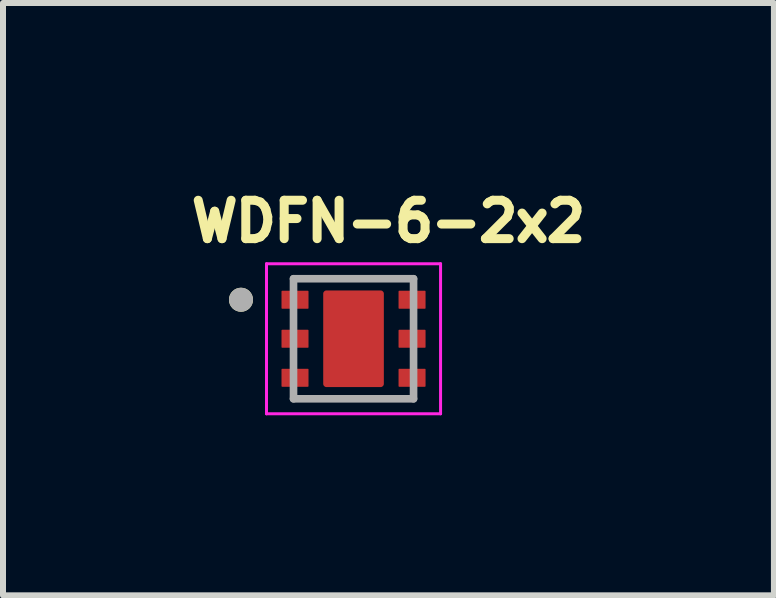
<source format=kicad_pcb>
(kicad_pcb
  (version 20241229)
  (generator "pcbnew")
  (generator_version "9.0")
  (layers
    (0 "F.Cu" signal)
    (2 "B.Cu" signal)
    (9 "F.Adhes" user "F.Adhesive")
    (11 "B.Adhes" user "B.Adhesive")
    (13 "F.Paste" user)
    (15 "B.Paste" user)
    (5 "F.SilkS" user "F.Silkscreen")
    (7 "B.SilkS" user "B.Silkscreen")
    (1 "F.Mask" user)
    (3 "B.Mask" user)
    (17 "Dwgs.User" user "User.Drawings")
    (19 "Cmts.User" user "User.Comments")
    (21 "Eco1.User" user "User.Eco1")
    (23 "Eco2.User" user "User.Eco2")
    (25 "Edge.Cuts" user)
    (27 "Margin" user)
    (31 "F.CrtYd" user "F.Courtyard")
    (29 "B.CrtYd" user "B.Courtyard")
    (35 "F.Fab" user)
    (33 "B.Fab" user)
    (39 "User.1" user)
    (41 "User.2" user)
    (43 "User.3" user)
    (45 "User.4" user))
  (footprint "WDFN-6-2x2"
    (layer "F.Cu")
    (at 2.84 2.594)
    (property "Reference" "WDFN-6-2x2" (at 0.582 -1.956 0) (layer "F.SilkS") (effects (font (size 0.64 0.64) (thickness 0.15))))
    (attr smd)
    (fp_poly (pts (xy -1.22 -0.87) (xy -0.73 -0.87) (xy -0.727 -0.87) (xy -0.725 -0.87) (xy -0.722 -0.869) (xy -0.72 -0.869) (xy -0.717 -0.868) (xy -0.715 -0.868) (xy -0.712 -0.867) (xy -0.71 -0.866) (xy -0.707 -0.865) (xy -0.705 -0.863) (xy -0.703 -0.862) (xy -0.701 -0.86) (xy -0.699 -0.859) (xy -0.697 -0.857) (xy -0.695 -0.855) (xy -0.693 -0.853) (xy -0.691 -0.851) (xy -0.69 -0.849) (xy -0.688 -0.847) (xy -0.687 -0.845) (xy -0.685 -0.843) (xy -0.684 -0.84) (xy -0.683 -0.838) (xy -0.682 -0.835) (xy -0.682 -0.833) (xy -0.681 -0.83) (xy -0.681 -0.828) (xy -0.68 -0.825) (xy -0.68 -0.823) (xy -0.68 -0.82) (xy -0.68 -0.48) (xy -0.68 -0.477) (xy -0.68 -0.475) (xy -0.681 -0.472) (xy -0.681 -0.47) (xy -0.682 -0.467) (xy -0.682 -0.465) (xy -0.683 -0.462) (xy -0.684 -0.46) (xy -0.685 -0.457) (xy -0.687 -0.455) (xy -0.688 -0.453) (xy -0.69 -0.451) (xy -0.691 -0.449) (xy -0.693 -0.447) (xy -0.695 -0.445) (xy -0.697 -0.443) (xy -0.699 -0.441) (xy -0.701 -0.44) (xy -0.703 -0.438) (xy -0.705 -0.437) (xy -0.707 -0.435) (xy -0.71 -0.434) (xy -0.712 -0.433) (xy -0.715 -0.432) (xy -0.717 -0.432) (xy -0.72 -0.431) (xy -0.722 -0.431) (xy -0.725 -0.43) (xy -0.727 -0.43) (xy -0.73 -0.43) (xy -1.22 -0.43) (xy -1.223 -0.43) (xy -1.225 -0.43) (xy -1.228 -0.431) (xy -1.23 -0.431) (xy -1.233 -0.432) (xy -1.235 -0.432) (xy -1.238 -0.433) (xy -1.24 -0.434) (xy -1.243 -0.435) (xy -1.245 -0.437) (xy -1.247 -0.438) (xy -1.249 -0.44) (xy -1.251 -0.441) (xy -1.253 -0.443) (xy -1.255 -0.445) (xy -1.257 -0.447) (xy -1.259 -0.449) (xy -1.26 -0.451) (xy -1.262 -0.453) (xy -1.263 -0.455) (xy -1.265 -0.457) (xy -1.266 -0.46) (xy -1.267 -0.462) (xy -1.268 -0.465) (xy -1.268 -0.467) (xy -1.269 -0.47) (xy -1.269 -0.472) (xy -1.27 -0.475) (xy -1.27 -0.477) (xy -1.27 -0.48) (xy -1.27 -0.82) (xy -1.27 -0.823) (xy -1.27 -0.825) (xy -1.269 -0.828) (xy -1.269 -0.83) (xy -1.268 -0.833) (xy -1.268 -0.835) (xy -1.267 -0.838) (xy -1.266 -0.84) (xy -1.265 -0.843) (xy -1.263 -0.845) (xy -1.262 -0.847) (xy -1.26 -0.849) (xy -1.259 -0.851) (xy -1.257 -0.853) (xy -1.255 -0.855) (xy -1.253 -0.857) (xy -1.251 -0.859) (xy -1.249 -0.86) (xy -1.247 -0.862) (xy -1.245 -0.863) (xy -1.243 -0.865) (xy -1.24 -0.866) (xy -1.238 -0.867) (xy -1.235 -0.868) (xy -1.233 -0.868) (xy -1.23 -0.869) (xy -1.228 -0.869) (xy -1.225 -0.87) (xy -1.223 -0.87) (xy -1.22 -0.87)) (stroke (width 0.01) (type solid)) (fill yes) (layer "F.Mask"))
    (fp_poly (pts (xy -1.22 -0.22) (xy -0.73 -0.22) (xy -0.727 -0.22) (xy -0.725 -0.22) (xy -0.722 -0.219) (xy -0.72 -0.219) (xy -0.717 -0.218) (xy -0.715 -0.218) (xy -0.712 -0.217) (xy -0.71 -0.216) (xy -0.707 -0.215) (xy -0.705 -0.213) (xy -0.703 -0.212) (xy -0.701 -0.21) (xy -0.699 -0.209) (xy -0.697 -0.207) (xy -0.695 -0.205) (xy -0.693 -0.203) (xy -0.691 -0.201) (xy -0.69 -0.199) (xy -0.688 -0.197) (xy -0.687 -0.195) (xy -0.685 -0.193) (xy -0.684 -0.19) (xy -0.683 -0.188) (xy -0.682 -0.185) (xy -0.682 -0.183) (xy -0.681 -0.18) (xy -0.681 -0.178) (xy -0.68 -0.175) (xy -0.68 -0.173) (xy -0.68 -0.17) (xy -0.68 0.17) (xy -0.68 0.173) (xy -0.68 0.175) (xy -0.681 0.178) (xy -0.681 0.18) (xy -0.682 0.183) (xy -0.682 0.185) (xy -0.683 0.188) (xy -0.684 0.19) (xy -0.685 0.193) (xy -0.687 0.195) (xy -0.688 0.197) (xy -0.69 0.199) (xy -0.691 0.201) (xy -0.693 0.203) (xy -0.695 0.205) (xy -0.697 0.207) (xy -0.699 0.209) (xy -0.701 0.21) (xy -0.703 0.212) (xy -0.705 0.213) (xy -0.707 0.215) (xy -0.71 0.216) (xy -0.712 0.217) (xy -0.715 0.218) (xy -0.717 0.218) (xy -0.72 0.219) (xy -0.722 0.219) (xy -0.725 0.22) (xy -0.727 0.22) (xy -0.73 0.22) (xy -1.22 0.22) (xy -1.223 0.22) (xy -1.225 0.22) (xy -1.228 0.219) (xy -1.23 0.219) (xy -1.233 0.218) (xy -1.235 0.218) (xy -1.238 0.217) (xy -1.24 0.216) (xy -1.243 0.215) (xy -1.245 0.213) (xy -1.247 0.212) (xy -1.249 0.21) (xy -1.251 0.209) (xy -1.253 0.207) (xy -1.255 0.205) (xy -1.257 0.203) (xy -1.259 0.201) (xy -1.26 0.199) (xy -1.262 0.197) (xy -1.263 0.195) (xy -1.265 0.193) (xy -1.266 0.19) (xy -1.267 0.188) (xy -1.268 0.185) (xy -1.268 0.183) (xy -1.269 0.18) (xy -1.269 0.178) (xy -1.27 0.175) (xy -1.27 0.173) (xy -1.27 0.17) (xy -1.27 -0.17) (xy -1.27 -0.173) (xy -1.27 -0.175) (xy -1.269 -0.178) (xy -1.269 -0.18) (xy -1.268 -0.183) (xy -1.268 -0.185) (xy -1.267 -0.188) (xy -1.266 -0.19) (xy -1.265 -0.193) (xy -1.263 -0.195) (xy -1.262 -0.197) (xy -1.26 -0.199) (xy -1.259 -0.201) (xy -1.257 -0.203) (xy -1.255 -0.205) (xy -1.253 -0.207) (xy -1.251 -0.209) (xy -1.249 -0.21) (xy -1.247 -0.212) (xy -1.245 -0.213) (xy -1.243 -0.215) (xy -1.24 -0.216) (xy -1.238 -0.217) (xy -1.235 -0.218) (xy -1.233 -0.218) (xy -1.23 -0.219) (xy -1.228 -0.219) (xy -1.225 -0.22) (xy -1.223 -0.22) (xy -1.22 -0.22)) (stroke (width 0.01) (type solid)) (fill yes) (layer "F.Mask"))
    (fp_poly (pts (xy -1.22 0.43) (xy -0.73 0.43) (xy -0.727 0.43) (xy -0.725 0.43) (xy -0.722 0.431) (xy -0.72 0.431) (xy -0.717 0.432) (xy -0.715 0.432) (xy -0.712 0.433) (xy -0.71 0.434) (xy -0.707 0.435) (xy -0.705 0.437) (xy -0.703 0.438) (xy -0.701 0.44) (xy -0.699 0.441) (xy -0.697 0.443) (xy -0.695 0.445) (xy -0.693 0.447) (xy -0.691 0.449) (xy -0.69 0.451) (xy -0.688 0.453) (xy -0.687 0.455) (xy -0.685 0.457) (xy -0.684 0.46) (xy -0.683 0.462) (xy -0.682 0.465) (xy -0.682 0.467) (xy -0.681 0.47) (xy -0.681 0.472) (xy -0.68 0.475) (xy -0.68 0.477) (xy -0.68 0.48) (xy -0.68 0.82) (xy -0.68 0.823) (xy -0.68 0.825) (xy -0.681 0.828) (xy -0.681 0.83) (xy -0.682 0.833) (xy -0.682 0.835) (xy -0.683 0.838) (xy -0.684 0.84) (xy -0.685 0.843) (xy -0.687 0.845) (xy -0.688 0.847) (xy -0.69 0.849) (xy -0.691 0.851) (xy -0.693 0.853) (xy -0.695 0.855) (xy -0.697 0.857) (xy -0.699 0.859) (xy -0.701 0.86) (xy -0.703 0.862) (xy -0.705 0.863) (xy -0.707 0.865) (xy -0.71 0.866) (xy -0.712 0.867) (xy -0.715 0.868) (xy -0.717 0.868) (xy -0.72 0.869) (xy -0.722 0.869) (xy -0.725 0.87) (xy -0.727 0.87) (xy -0.73 0.87) (xy -1.22 0.87) (xy -1.223 0.87) (xy -1.225 0.87) (xy -1.228 0.869) (xy -1.23 0.869) (xy -1.233 0.868) (xy -1.235 0.868) (xy -1.238 0.867) (xy -1.24 0.866) (xy -1.243 0.865) (xy -1.245 0.863) (xy -1.247 0.862) (xy -1.249 0.86) (xy -1.251 0.859) (xy -1.253 0.857) (xy -1.255 0.855) (xy -1.257 0.853) (xy -1.259 0.851) (xy -1.26 0.849) (xy -1.262 0.847) (xy -1.263 0.845) (xy -1.265 0.843) (xy -1.266 0.84) (xy -1.267 0.838) (xy -1.268 0.835) (xy -1.268 0.833) (xy -1.269 0.83) (xy -1.269 0.828) (xy -1.27 0.825) (xy -1.27 0.823) (xy -1.27 0.82) (xy -1.27 0.48) (xy -1.27 0.477) (xy -1.27 0.475) (xy -1.269 0.472) (xy -1.269 0.47) (xy -1.268 0.467) (xy -1.268 0.465) (xy -1.267 0.462) (xy -1.266 0.46) (xy -1.265 0.457) (xy -1.263 0.455) (xy -1.262 0.453) (xy -1.26 0.451) (xy -1.259 0.449) (xy -1.257 0.447) (xy -1.255 0.445) (xy -1.253 0.443) (xy -1.251 0.441) (xy -1.249 0.44) (xy -1.247 0.438) (xy -1.245 0.437) (xy -1.243 0.435) (xy -1.24 0.434) (xy -1.238 0.433) (xy -1.235 0.432) (xy -1.233 0.432) (xy -1.23 0.431) (xy -1.228 0.431) (xy -1.225 0.43) (xy -1.223 0.43) (xy -1.22 0.43)) (stroke (width 0.01) (type solid)) (fill yes) (layer "F.Mask"))
    (fp_poly (pts (xy 0.57 -0.75) (xy 0.57 0.75) (xy 0.57 0.756) (xy 0.569 0.763) (xy 0.569 0.769) (xy 0.567 0.775) (xy 0.566 0.781) (xy 0.564 0.787) (xy 0.562 0.793) (xy 0.56 0.799) (xy 0.557 0.804) (xy 0.554 0.81) (xy 0.551 0.815) (xy 0.547 0.821) (xy 0.543 0.826) (xy 0.539 0.83) (xy 0.535 0.835) (xy 0.53 0.839) (xy 0.526 0.843) (xy 0.521 0.847) (xy 0.515 0.851) (xy 0.51 0.854) (xy 0.504 0.857) (xy 0.499 0.86) (xy 0.493 0.862) (xy 0.487 0.864) (xy 0.481 0.866) (xy 0.475 0.867) (xy 0.469 0.869) (xy 0.463 0.869) (xy 0.456 0.87) (xy 0.45 0.87) (xy -0.45 0.87) (xy -0.456 0.87) (xy -0.463 0.869) (xy -0.469 0.869) (xy -0.475 0.867) (xy -0.481 0.866) (xy -0.487 0.864) (xy -0.493 0.862) (xy -0.499 0.86) (xy -0.504 0.857) (xy -0.51 0.854) (xy -0.515 0.851) (xy -0.521 0.847) (xy -0.526 0.843) (xy -0.53 0.839) (xy -0.535 0.835) (xy -0.539 0.83) (xy -0.543 0.826) (xy -0.547 0.821) (xy -0.551 0.815) (xy -0.554 0.81) (xy -0.557 0.804) (xy -0.56 0.799) (xy -0.562 0.793) (xy -0.564 0.787) (xy -0.566 0.781) (xy -0.567 0.775) (xy -0.569 0.769) (xy -0.569 0.763) (xy -0.57 0.756) (xy -0.57 0.75) (xy -0.57 -0.75) (xy -0.57 -0.756) (xy -0.569 -0.763) (xy -0.569 -0.769) (xy -0.567 -0.775) (xy -0.566 -0.781) (xy -0.564 -0.787) (xy -0.562 -0.793) (xy -0.56 -0.799) (xy -0.557 -0.804) (xy -0.554 -0.81) (xy -0.551 -0.815) (xy -0.547 -0.821) (xy -0.543 -0.826) (xy -0.539 -0.83) (xy -0.535 -0.835) (xy -0.53 -0.839) (xy -0.526 -0.843) (xy -0.521 -0.847) (xy -0.515 -0.851) (xy -0.51 -0.854) (xy -0.504 -0.857) (xy -0.499 -0.86) (xy -0.493 -0.862) (xy -0.487 -0.864) (xy -0.481 -0.866) (xy -0.475 -0.867) (xy -0.469 -0.869) (xy -0.463 -0.869) (xy -0.456 -0.87) (xy -0.45 -0.87) (xy 0.45 -0.87) (xy 0.456 -0.87) (xy 0.463 -0.869) (xy 0.469 -0.869) (xy 0.475 -0.867) (xy 0.481 -0.866) (xy 0.487 -0.864) (xy 0.493 -0.862) (xy 0.499 -0.86) (xy 0.504 -0.857) (xy 0.51 -0.854) (xy 0.515 -0.851) (xy 0.521 -0.847) (xy 0.526 -0.843) (xy 0.53 -0.839) (xy 0.535 -0.835) (xy 0.539 -0.83) (xy 0.543 -0.826) (xy 0.547 -0.821) (xy 0.551 -0.815) (xy 0.554 -0.81) (xy 0.557 -0.804) (xy 0.56 -0.799) (xy 0.562 -0.793) (xy 0.564 -0.787) (xy 0.566 -0.781) (xy 0.567 -0.775) (xy 0.569 -0.769) (xy 0.569 -0.763) (xy 0.57 -0.756) (xy 0.57 -0.75)) (stroke (width 0.01) (type solid)) (fill yes) (layer "F.Mask"))
    (fp_poly (pts (xy 0.73 -0.87) (xy 1.22 -0.87) (xy 1.223 -0.87) (xy 1.225 -0.87) (xy 1.228 -0.869) (xy 1.23 -0.869) (xy 1.233 -0.868) (xy 1.235 -0.868) (xy 1.238 -0.867) (xy 1.24 -0.866) (xy 1.243 -0.865) (xy 1.245 -0.863) (xy 1.247 -0.862) (xy 1.249 -0.86) (xy 1.251 -0.859) (xy 1.253 -0.857) (xy 1.255 -0.855) (xy 1.257 -0.853) (xy 1.259 -0.851) (xy 1.26 -0.849) (xy 1.262 -0.847) (xy 1.263 -0.845) (xy 1.265 -0.843) (xy 1.266 -0.84) (xy 1.267 -0.838) (xy 1.268 -0.835) (xy 1.268 -0.833) (xy 1.269 -0.83) (xy 1.269 -0.828) (xy 1.27 -0.825) (xy 1.27 -0.823) (xy 1.27 -0.82) (xy 1.27 -0.48) (xy 1.27 -0.477) (xy 1.27 -0.475) (xy 1.269 -0.472) (xy 1.269 -0.47) (xy 1.268 -0.467) (xy 1.268 -0.465) (xy 1.267 -0.462) (xy 1.266 -0.46) (xy 1.265 -0.457) (xy 1.263 -0.455) (xy 1.262 -0.453) (xy 1.26 -0.451) (xy 1.259 -0.449) (xy 1.257 -0.447) (xy 1.255 -0.445) (xy 1.253 -0.443) (xy 1.251 -0.441) (xy 1.249 -0.44) (xy 1.247 -0.438) (xy 1.245 -0.437) (xy 1.243 -0.435) (xy 1.24 -0.434) (xy 1.238 -0.433) (xy 1.235 -0.432) (xy 1.233 -0.432) (xy 1.23 -0.431) (xy 1.228 -0.431) (xy 1.225 -0.43) (xy 1.223 -0.43) (xy 1.22 -0.43) (xy 0.73 -0.43) (xy 0.727 -0.43) (xy 0.725 -0.43) (xy 0.722 -0.431) (xy 0.72 -0.431) (xy 0.717 -0.432) (xy 0.715 -0.432) (xy 0.712 -0.433) (xy 0.71 -0.434) (xy 0.707 -0.435) (xy 0.705 -0.437) (xy 0.703 -0.438) (xy 0.701 -0.44) (xy 0.699 -0.441) (xy 0.697 -0.443) (xy 0.695 -0.445) (xy 0.693 -0.447) (xy 0.691 -0.449) (xy 0.69 -0.451) (xy 0.688 -0.453) (xy 0.687 -0.455) (xy 0.685 -0.457) (xy 0.684 -0.46) (xy 0.683 -0.462) (xy 0.682 -0.465) (xy 0.682 -0.467) (xy 0.681 -0.47) (xy 0.681 -0.472) (xy 0.68 -0.475) (xy 0.68 -0.477) (xy 0.68 -0.48) (xy 0.68 -0.82) (xy 0.68 -0.823) (xy 0.68 -0.825) (xy 0.681 -0.828) (xy 0.681 -0.83) (xy 0.682 -0.833) (xy 0.682 -0.835) (xy 0.683 -0.838) (xy 0.684 -0.84) (xy 0.685 -0.843) (xy 0.687 -0.845) (xy 0.688 -0.847) (xy 0.69 -0.849) (xy 0.691 -0.851) (xy 0.693 -0.853) (xy 0.695 -0.855) (xy 0.697 -0.857) (xy 0.699 -0.859) (xy 0.701 -0.86) (xy 0.703 -0.862) (xy 0.705 -0.863) (xy 0.707 -0.865) (xy 0.71 -0.866) (xy 0.712 -0.867) (xy 0.715 -0.868) (xy 0.717 -0.868) (xy 0.72 -0.869) (xy 0.722 -0.869) (xy 0.725 -0.87) (xy 0.727 -0.87) (xy 0.73 -0.87)) (stroke (width 0.01) (type solid)) (fill yes) (layer "F.Mask"))
    (fp_poly (pts (xy 0.73 -0.22) (xy 1.22 -0.22) (xy 1.223 -0.22) (xy 1.225 -0.22) (xy 1.228 -0.219) (xy 1.23 -0.219) (xy 1.233 -0.218) (xy 1.235 -0.218) (xy 1.238 -0.217) (xy 1.24 -0.216) (xy 1.243 -0.215) (xy 1.245 -0.213) (xy 1.247 -0.212) (xy 1.249 -0.21) (xy 1.251 -0.209) (xy 1.253 -0.207) (xy 1.255 -0.205) (xy 1.257 -0.203) (xy 1.259 -0.201) (xy 1.26 -0.199) (xy 1.262 -0.197) (xy 1.263 -0.195) (xy 1.265 -0.193) (xy 1.266 -0.19) (xy 1.267 -0.188) (xy 1.268 -0.185) (xy 1.268 -0.183) (xy 1.269 -0.18) (xy 1.269 -0.178) (xy 1.27 -0.175) (xy 1.27 -0.173) (xy 1.27 -0.17) (xy 1.27 0.17) (xy 1.27 0.173) (xy 1.27 0.175) (xy 1.269 0.178) (xy 1.269 0.18) (xy 1.268 0.183) (xy 1.268 0.185) (xy 1.267 0.188) (xy 1.266 0.19) (xy 1.265 0.193) (xy 1.263 0.195) (xy 1.262 0.197) (xy 1.26 0.199) (xy 1.259 0.201) (xy 1.257 0.203) (xy 1.255 0.205) (xy 1.253 0.207) (xy 1.251 0.209) (xy 1.249 0.21) (xy 1.247 0.212) (xy 1.245 0.213) (xy 1.243 0.215) (xy 1.24 0.216) (xy 1.238 0.217) (xy 1.235 0.218) (xy 1.233 0.218) (xy 1.23 0.219) (xy 1.228 0.219) (xy 1.225 0.22) (xy 1.223 0.22) (xy 1.22 0.22) (xy 0.73 0.22) (xy 0.727 0.22) (xy 0.725 0.22) (xy 0.722 0.219) (xy 0.72 0.219) (xy 0.717 0.218) (xy 0.715 0.218) (xy 0.712 0.217) (xy 0.71 0.216) (xy 0.707 0.215) (xy 0.705 0.213) (xy 0.703 0.212) (xy 0.701 0.21) (xy 0.699 0.209) (xy 0.697 0.207) (xy 0.695 0.205) (xy 0.693 0.203) (xy 0.691 0.201) (xy 0.69 0.199) (xy 0.688 0.197) (xy 0.687 0.195) (xy 0.685 0.193) (xy 0.684 0.19) (xy 0.683 0.188) (xy 0.682 0.185) (xy 0.682 0.183) (xy 0.681 0.18) (xy 0.681 0.178) (xy 0.68 0.175) (xy 0.68 0.173) (xy 0.68 0.17) (xy 0.68 -0.17) (xy 0.68 -0.173) (xy 0.68 -0.175) (xy 0.681 -0.178) (xy 0.681 -0.18) (xy 0.682 -0.183) (xy 0.682 -0.185) (xy 0.683 -0.188) (xy 0.684 -0.19) (xy 0.685 -0.193) (xy 0.687 -0.195) (xy 0.688 -0.197) (xy 0.69 -0.199) (xy 0.691 -0.201) (xy 0.693 -0.203) (xy 0.695 -0.205) (xy 0.697 -0.207) (xy 0.699 -0.209) (xy 0.701 -0.21) (xy 0.703 -0.212) (xy 0.705 -0.213) (xy 0.707 -0.215) (xy 0.71 -0.216) (xy 0.712 -0.217) (xy 0.715 -0.218) (xy 0.717 -0.218) (xy 0.72 -0.219) (xy 0.722 -0.219) (xy 0.725 -0.22) (xy 0.727 -0.22) (xy 0.73 -0.22)) (stroke (width 0.01) (type solid)) (fill yes) (layer "F.Mask"))
    (fp_poly (pts (xy 0.73 0.43) (xy 1.22 0.43) (xy 1.223 0.43) (xy 1.225 0.43) (xy 1.228 0.431) (xy 1.23 0.431) (xy 1.233 0.432) (xy 1.235 0.432) (xy 1.238 0.433) (xy 1.24 0.434) (xy 1.243 0.435) (xy 1.245 0.437) (xy 1.247 0.438) (xy 1.249 0.44) (xy 1.251 0.441) (xy 1.253 0.443) (xy 1.255 0.445) (xy 1.257 0.447) (xy 1.259 0.449) (xy 1.26 0.451) (xy 1.262 0.453) (xy 1.263 0.455) (xy 1.265 0.457) (xy 1.266 0.46) (xy 1.267 0.462) (xy 1.268 0.465) (xy 1.268 0.467) (xy 1.269 0.47) (xy 1.269 0.472) (xy 1.27 0.475) (xy 1.27 0.477) (xy 1.27 0.48) (xy 1.27 0.82) (xy 1.27 0.823) (xy 1.27 0.825) (xy 1.269 0.828) (xy 1.269 0.83) (xy 1.268 0.833) (xy 1.268 0.835) (xy 1.267 0.838) (xy 1.266 0.84) (xy 1.265 0.843) (xy 1.263 0.845) (xy 1.262 0.847) (xy 1.26 0.849) (xy 1.259 0.851) (xy 1.257 0.853) (xy 1.255 0.855) (xy 1.253 0.857) (xy 1.251 0.859) (xy 1.249 0.86) (xy 1.247 0.862) (xy 1.245 0.863) (xy 1.243 0.865) (xy 1.24 0.866) (xy 1.238 0.867) (xy 1.235 0.868) (xy 1.233 0.868) (xy 1.23 0.869) (xy 1.228 0.869) (xy 1.225 0.87) (xy 1.223 0.87) (xy 1.22 0.87) (xy 0.73 0.87) (xy 0.727 0.87) (xy 0.725 0.87) (xy 0.722 0.869) (xy 0.72 0.869) (xy 0.717 0.868) (xy 0.715 0.868) (xy 0.712 0.867) (xy 0.71 0.866) (xy 0.707 0.865) (xy 0.705 0.863) (xy 0.703 0.862) (xy 0.701 0.86) (xy 0.699 0.859) (xy 0.697 0.857) (xy 0.695 0.855) (xy 0.693 0.853) (xy 0.691 0.851) (xy 0.69 0.849) (xy 0.688 0.847) (xy 0.687 0.845) (xy 0.685 0.843) (xy 0.684 0.84) (xy 0.683 0.838) (xy 0.682 0.835) (xy 0.682 0.833) (xy 0.681 0.83) (xy 0.681 0.828) (xy 0.68 0.825) (xy 0.68 0.823) (xy 0.68 0.82) (xy 0.68 0.48) (xy 0.68 0.477) (xy 0.68 0.475) (xy 0.681 0.472) (xy 0.681 0.47) (xy 0.682 0.467) (xy 0.682 0.465) (xy 0.683 0.462) (xy 0.684 0.46) (xy 0.685 0.457) (xy 0.687 0.455) (xy 0.688 0.453) (xy 0.69 0.451) (xy 0.691 0.449) (xy 0.693 0.447) (xy 0.695 0.445) (xy 0.697 0.443) (xy 0.699 0.441) (xy 0.701 0.44) (xy 0.703 0.438) (xy 0.705 0.437) (xy 0.707 0.435) (xy 0.71 0.434) (xy 0.712 0.433) (xy 0.715 0.432) (xy 0.717 0.432) (xy 0.72 0.431) (xy 0.722 0.431) (xy 0.725 0.43) (xy 0.727 0.43) (xy 0.73 0.43)) (stroke (width 0.01) (type solid)) (fill yes) (layer "F.Mask"))
    (fp_circle (center -1.875 -0.65) (end -1.775 -0.65) (stroke (width 0.2) (type solid)) (fill no) (layer "F.SilkS"))
    (fp_poly (pts (xy -0.5 -0.15) (xy -0.5 -0.75) (xy -0.5 -0.753) (xy -0.5 -0.755) (xy -0.499 -0.758) (xy -0.499 -0.76) (xy -0.498 -0.763) (xy -0.498 -0.765) (xy -0.497 -0.768) (xy -0.496 -0.77) (xy -0.495 -0.773) (xy -0.493 -0.775) (xy -0.492 -0.777) (xy -0.49 -0.779) (xy -0.489 -0.781) (xy -0.487 -0.783) (xy -0.485 -0.785) (xy -0.483 -0.787) (xy -0.481 -0.789) (xy -0.479 -0.79) (xy -0.477 -0.792) (xy -0.475 -0.793) (xy -0.473 -0.795) (xy -0.47 -0.796) (xy -0.468 -0.797) (xy -0.465 -0.798) (xy -0.463 -0.798) (xy -0.46 -0.799) (xy -0.458 -0.799) (xy -0.455 -0.8) (xy -0.453 -0.8) (xy -0.45 -0.8) (xy 0.45 -0.8) (xy 0.453 -0.8) (xy 0.455 -0.8) (xy 0.458 -0.799) (xy 0.46 -0.799) (xy 0.463 -0.798) (xy 0.465 -0.798) (xy 0.468 -0.797) (xy 0.47 -0.796) (xy 0.473 -0.795) (xy 0.475 -0.793) (xy 0.477 -0.792) (xy 0.479 -0.79) (xy 0.481 -0.789) (xy 0.483 -0.787) (xy 0.485 -0.785) (xy 0.487 -0.783) (xy 0.489 -0.781) (xy 0.49 -0.779) (xy 0.492 -0.777) (xy 0.493 -0.775) (xy 0.495 -0.773) (xy 0.496 -0.77) (xy 0.497 -0.768) (xy 0.498 -0.765) (xy 0.498 -0.763) (xy 0.499 -0.76) (xy 0.499 -0.758) (xy 0.5 -0.755) (xy 0.5 -0.753) (xy 0.5 -0.75) (xy 0.5 -0.15) (xy 0.5 -0.147) (xy 0.5 -0.145) (xy 0.499 -0.142) (xy 0.499 -0.14) (xy 0.498 -0.137) (xy 0.498 -0.135) (xy 0.497 -0.132) (xy 0.496 -0.13) (xy 0.495 -0.127) (xy 0.493 -0.125) (xy 0.492 -0.123) (xy 0.49 -0.121) (xy 0.489 -0.119) (xy 0.487 -0.117) (xy 0.485 -0.115) (xy 0.483 -0.113) (xy 0.481 -0.111) (xy 0.479 -0.11) (xy 0.477 -0.108) (xy 0.475 -0.107) (xy 0.473 -0.105) (xy 0.47 -0.104) (xy 0.468 -0.103) (xy 0.465 -0.102) (xy 0.463 -0.102) (xy 0.46 -0.101) (xy 0.458 -0.101) (xy 0.455 -0.1) (xy 0.453 -0.1) (xy 0.45 -0.1) (xy -0.45 -0.1) (xy -0.453 -0.1) (xy -0.455 -0.1) (xy -0.458 -0.101) (xy -0.46 -0.101) (xy -0.463 -0.102) (xy -0.465 -0.102) (xy -0.468 -0.103) (xy -0.47 -0.104) (xy -0.473 -0.105) (xy -0.475 -0.107) (xy -0.477 -0.108) (xy -0.479 -0.11) (xy -0.481 -0.111) (xy -0.483 -0.113) (xy -0.485 -0.115) (xy -0.487 -0.117) (xy -0.489 -0.119) (xy -0.49 -0.121) (xy -0.492 -0.123) (xy -0.493 -0.125) (xy -0.495 -0.127) (xy -0.496 -0.13) (xy -0.497 -0.132) (xy -0.498 -0.135) (xy -0.498 -0.137) (xy -0.499 -0.14) (xy -0.499 -0.142) (xy -0.5 -0.145) (xy -0.5 -0.147) (xy -0.5 -0.15)) (stroke (width 0.01) (type solid)) (fill yes) (layer "F.Paste"))
    (fp_poly (pts (xy -0.5 0.75) (xy -0.5 0.15) (xy -0.5 0.147) (xy -0.5 0.145) (xy -0.499 0.142) (xy -0.499 0.14) (xy -0.498 0.137) (xy -0.498 0.135) (xy -0.497 0.132) (xy -0.496 0.13) (xy -0.495 0.127) (xy -0.493 0.125) (xy -0.492 0.123) (xy -0.49 0.121) (xy -0.489 0.119) (xy -0.487 0.117) (xy -0.485 0.115) (xy -0.483 0.113) (xy -0.481 0.111) (xy -0.479 0.11) (xy -0.477 0.108) (xy -0.475 0.107) (xy -0.473 0.105) (xy -0.47 0.104) (xy -0.468 0.103) (xy -0.465 0.102) (xy -0.463 0.102) (xy -0.46 0.101) (xy -0.458 0.101) (xy -0.455 0.1) (xy -0.453 0.1) (xy -0.45 0.1) (xy 0.45 0.1) (xy 0.453 0.1) (xy 0.455 0.1) (xy 0.458 0.101) (xy 0.46 0.101) (xy 0.463 0.102) (xy 0.465 0.102) (xy 0.468 0.103) (xy 0.47 0.104) (xy 0.473 0.105) (xy 0.475 0.107) (xy 0.477 0.108) (xy 0.479 0.11) (xy 0.481 0.111) (xy 0.483 0.113) (xy 0.485 0.115) (xy 0.487 0.117) (xy 0.489 0.119) (xy 0.49 0.121) (xy 0.492 0.123) (xy 0.493 0.125) (xy 0.495 0.127) (xy 0.496 0.13) (xy 0.497 0.132) (xy 0.498 0.135) (xy 0.498 0.137) (xy 0.499 0.14) (xy 0.499 0.142) (xy 0.5 0.145) (xy 0.5 0.147) (xy 0.5 0.15) (xy 0.5 0.75) (xy 0.5 0.753) (xy 0.5 0.755) (xy 0.499 0.758) (xy 0.499 0.76) (xy 0.498 0.763) (xy 0.498 0.765) (xy 0.497 0.768) (xy 0.496 0.77) (xy 0.495 0.773) (xy 0.493 0.775) (xy 0.492 0.777) (xy 0.49 0.779) (xy 0.489 0.781) (xy 0.487 0.783) (xy 0.485 0.785) (xy 0.483 0.787) (xy 0.481 0.789) (xy 0.479 0.79) (xy 0.477 0.792) (xy 0.475 0.793) (xy 0.473 0.795) (xy 0.47 0.796) (xy 0.468 0.797) (xy 0.465 0.798) (xy 0.463 0.798) (xy 0.46 0.799) (xy 0.458 0.799) (xy 0.455 0.8) (xy 0.453 0.8) (xy 0.45 0.8) (xy -0.45 0.8) (xy -0.453 0.8) (xy -0.455 0.8) (xy -0.458 0.799) (xy -0.46 0.799) (xy -0.463 0.798) (xy -0.465 0.798) (xy -0.468 0.797) (xy -0.47 0.796) (xy -0.473 0.795) (xy -0.475 0.793) (xy -0.477 0.792) (xy -0.479 0.79) (xy -0.481 0.789) (xy -0.483 0.787) (xy -0.485 0.785) (xy -0.487 0.783) (xy -0.489 0.781) (xy -0.49 0.779) (xy -0.492 0.777) (xy -0.493 0.775) (xy -0.495 0.773) (xy -0.496 0.77) (xy -0.497 0.768) (xy -0.498 0.765) (xy -0.498 0.763) (xy -0.499 0.76) (xy -0.499 0.758) (xy -0.5 0.755) (xy -0.5 0.753) (xy -0.5 0.75)) (stroke (width 0.01) (type solid)) (fill yes) (layer "F.Paste"))
    (fp_line (start -1.45 -1.25) (end -1.45 1.25) (stroke (width 0.05) (type solid)) (layer "F.CrtYd"))
    (fp_line (start -1.45 1.25) (end 1.45 1.25) (stroke (width 0.05) (type solid)) (layer "F.CrtYd"))
    (fp_line (start 1.45 -1.25) (end -1.45 -1.25) (stroke (width 0.05) (type solid)) (layer "F.CrtYd"))
    (fp_line (start 1.45 1.25) (end 1.45 -1.25) (stroke (width 0.05) (type solid)) (layer "F.CrtYd"))
    (fp_line (start -1 -1) (end -1 1) (stroke (width 0.127) (type solid)) (layer "F.Fab"))
    (fp_line (start -1 -1) (end 1 -1) (stroke (width 0.127) (type solid)) (layer "F.Fab"))
    (fp_line (start -1 1) (end 1 1) (stroke (width 0.127) (type solid)) (layer "F.Fab"))
    (fp_line (start 1 -1) (end 1 1) (stroke (width 0.127) (type solid)) (layer "F.Fab"))
    (fp_circle (center -1.875 -0.65) (end -1.775 -0.65) (stroke (width 0.2) (type solid)) (fill no) (layer "F.Fab"))
    (pad "1" smd roundrect (at -0.975 -0.65) (size 0.45 0.3) (layers "F.Cu" "F.Paste") (roundrect_rratio 0.04))
    (pad "2" smd roundrect (at -0.975 0) (size 0.45 0.3) (layers "F.Cu" "F.Paste") (roundrect_rratio 0.04))
    (pad "3" smd roundrect (at -0.975 0.65) (size 0.45 0.3) (layers "F.Cu" "F.Paste") (roundrect_rratio 0.04))
    (pad "4" smd roundrect (at 0.975 0.65) (size 0.45 0.3) (layers "F.Cu" "F.Paste") (roundrect_rratio 0.04))
    (pad "5" smd roundrect (at 0.975 0) (size 0.45 0.3) (layers "F.Cu" "F.Paste") (roundrect_rratio 0.04))
    (pad "6" smd roundrect (at 0.975 -0.65) (size 0.45 0.3) (layers "F.Cu" "F.Paste") (roundrect_rratio 0.04))
    (pad "EP" smd custom (at 0 0) (size 0.5 0.5) (layers "F.Cu") (options (anchor rect)) (primitives (gr_poly (pts (xy 0.5 -0.75) (xy 0.5 0.75) (xy 0.5 0.753) (xy 0.5 0.755) (xy 0.499 0.758) (xy 0.499 0.76) (xy 0.498 0.763) (xy 0.498 0.765) (xy 0.497 0.768) (xy 0.496 0.77) (xy 0.495 0.773) (xy 0.493 0.775) (xy 0.492 0.777) (xy 0.49 0.779) (xy 0.489 0.781) (xy 0.487 0.783) (xy 0.485 0.785) (xy 0.483 0.787) (xy 0.481 0.789) (xy 0.479 0.79) (xy 0.477 0.792) (xy 0.475 0.793) (xy 0.473 0.795) (xy 0.47 0.796) (xy 0.468 0.797) (xy 0.465 0.798) (xy 0.463 0.798) (xy 0.46 0.799) (xy 0.458 0.799) (xy 0.455 0.8) (xy 0.453 0.8) (xy 0.45 0.8) (xy -0.45 0.8) (xy -0.453 0.8) (xy -0.455 0.8) (xy -0.458 0.799) (xy -0.46 0.799) (xy -0.463 0.798) (xy -0.465 0.798) (xy -0.468 0.797) (xy -0.47 0.796) (xy -0.473 0.795) (xy -0.475 0.793) (xy -0.477 0.792) (xy -0.479 0.79) (xy -0.481 0.789) (xy -0.483 0.787) (xy -0.485 0.785) (xy -0.487 0.783) (xy -0.489 0.781) (xy -0.49 0.779) (xy -0.492 0.777) (xy -0.493 0.775) (xy -0.495 0.773) (xy -0.496 0.77) (xy -0.497 0.768) (xy -0.498 0.765) (xy -0.498 0.763) (xy -0.499 0.76) (xy -0.499 0.758) (xy -0.5 0.755) (xy -0.5 0.753) (xy -0.5 0.75) (xy -0.5 -0.75) (xy -0.5 -0.753) (xy -0.5 -0.755) (xy -0.499 -0.758) (xy -0.499 -0.76) (xy -0.498 -0.763) (xy -0.498 -0.765) (xy -0.497 -0.768) (xy -0.496 -0.77) (xy -0.495 -0.773) (xy -0.493 -0.775) (xy -0.492 -0.777) (xy -0.49 -0.779) (xy -0.489 -0.781) (xy -0.487 -0.783) (xy -0.485 -0.785) (xy -0.483 -0.787) (xy -0.481 -0.789) (xy -0.479 -0.79) (xy -0.477 -0.792) (xy -0.475 -0.793) (xy -0.473 -0.795) (xy -0.47 -0.796) (xy -0.468 -0.797) (xy -0.465 -0.798) (xy -0.463 -0.798) (xy -0.46 -0.799) (xy -0.458 -0.799) (xy -0.455 -0.8) (xy -0.453 -0.8) (xy -0.45 -0.8) (xy 0.45 -0.8) (xy 0.453 -0.8) (xy 0.455 -0.8) (xy 0.458 -0.799) (xy 0.46 -0.799) (xy 0.463 -0.798) (xy 0.465 -0.798) (xy 0.468 -0.797) (xy 0.47 -0.796) (xy 0.473 -0.795) (xy 0.475 -0.793) (xy 0.477 -0.792) (xy 0.479 -0.79) (xy 0.481 -0.789) (xy 0.483 -0.787) (xy 0.485 -0.785) (xy 0.487 -0.783) (xy 0.489 -0.781) (xy 0.49 -0.779) (xy 0.492 -0.777) (xy 0.493 -0.775) (xy 0.495 -0.773) (xy 0.496 -0.77) (xy 0.497 -0.768) (xy 0.498 -0.765) (xy 0.498 -0.763) (xy 0.499 -0.76) (xy 0.499 -0.758) (xy 0.5 -0.755) (xy 0.5 -0.753) (xy 0.5 -0.75)) (width 0.01) (fill yes)))))
  (gr_rect
    (start -3 -3)
    (end 9.844 6.869)
    (stroke (width 0.1) (type default))
    (fill no)
    (layer "Edge.Cuts")))
</source>
